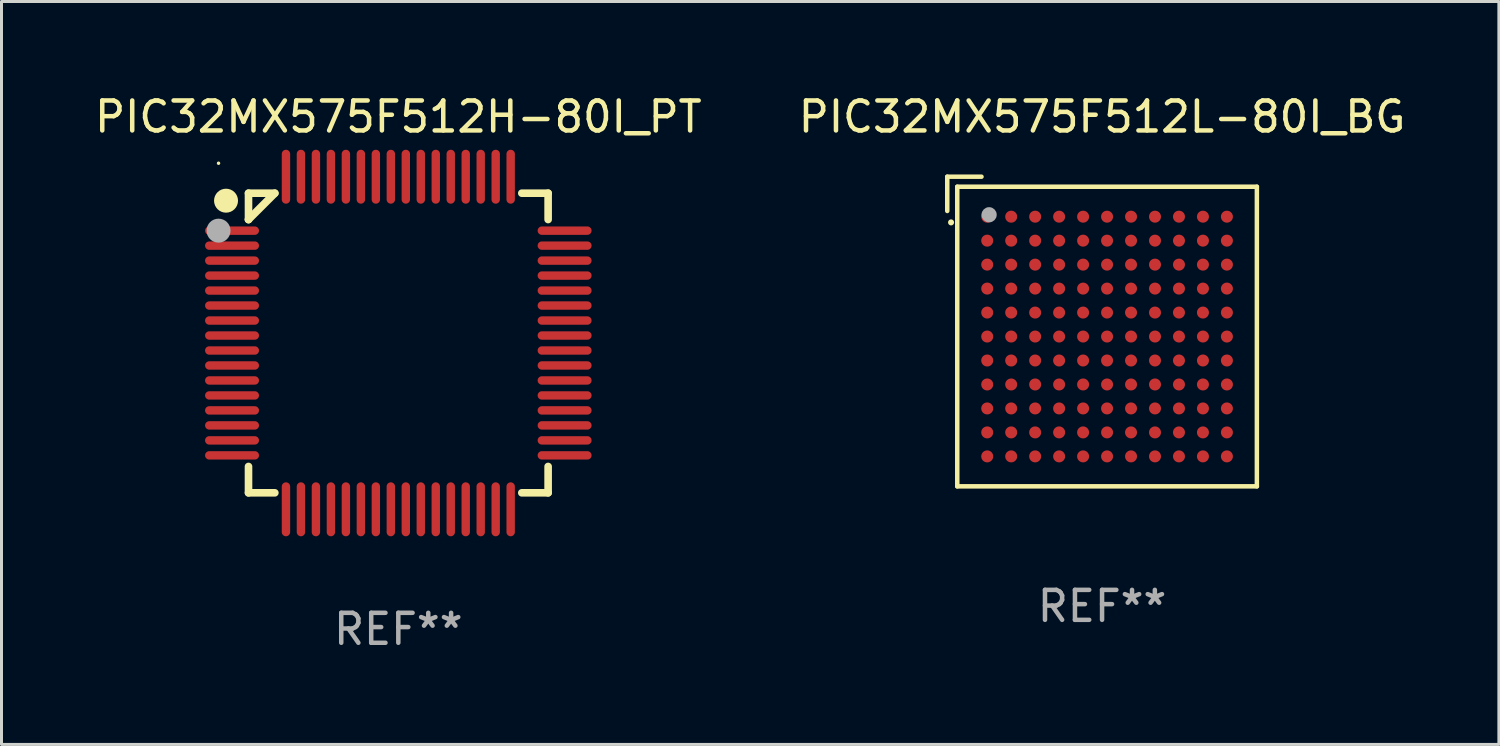
<source format=kicad_pcb>
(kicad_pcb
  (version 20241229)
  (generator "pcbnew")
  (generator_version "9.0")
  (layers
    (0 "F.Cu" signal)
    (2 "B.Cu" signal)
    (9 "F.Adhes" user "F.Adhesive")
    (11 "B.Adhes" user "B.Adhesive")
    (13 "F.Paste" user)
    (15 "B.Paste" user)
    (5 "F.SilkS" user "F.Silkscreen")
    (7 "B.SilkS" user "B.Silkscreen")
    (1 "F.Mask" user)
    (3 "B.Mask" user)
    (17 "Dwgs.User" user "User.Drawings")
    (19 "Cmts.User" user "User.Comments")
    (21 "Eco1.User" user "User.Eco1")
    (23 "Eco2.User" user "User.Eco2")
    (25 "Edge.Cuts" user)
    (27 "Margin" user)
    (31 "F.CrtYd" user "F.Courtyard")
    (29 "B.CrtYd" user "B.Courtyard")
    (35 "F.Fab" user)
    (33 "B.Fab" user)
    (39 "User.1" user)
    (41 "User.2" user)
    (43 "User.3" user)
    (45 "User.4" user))
  (footprint "PIC32MX575F512H-80I_PT"
    (layer "F.Cu")
    (at 10.244 8.398)
    (property "Reference" "PIC32MX575F512H-80I_PT" (at 0 -7.55 0) (layer "F.SilkS") (effects (font (size 1 1) (thickness 0.15))))
    (attr through_hole)
    (fp_line (start -5 -5) (end -4.121 -5) (stroke (width 0.254) (type solid)) (layer "F.SilkS"))
    (fp_line (start -5 -4.121) (end -5 -5) (stroke (width 0.254) (type solid)) (layer "F.SilkS"))
    (fp_line (start -5 -4.121) (end -5 -4.121) (stroke (width 0.254) (type solid)) (layer "F.SilkS"))
    (fp_line (start -5 -4.121) (end -4.121 -5) (stroke (width 0.254) (type solid)) (layer "F.SilkS"))
    (fp_line (start -5 5) (end -5 4.121) (stroke (width 0.254) (type solid)) (layer "F.SilkS"))
    (fp_line (start -4.121 5) (end -5 5) (stroke (width 0.254) (type solid)) (layer "F.SilkS"))
    (fp_line (start 4.121 -5) (end 5 -5) (stroke (width 0.254) (type solid)) (layer "F.SilkS"))
    (fp_line (start 5 -5) (end 5 -4.121) (stroke (width 0.254) (type solid)) (layer "F.SilkS"))
    (fp_line (start 5 4.121) (end 5 5) (stroke (width 0.254) (type solid)) (layer "F.SilkS"))
    (fp_line (start 5 5) (end 4.121 5) (stroke (width 0.254) (type solid)) (layer "F.SilkS"))
    (fp_circle (center -6 -6) (end -5.97 -6) (stroke (width 0.06) (type solid)) (fill no) (layer "F.SilkS"))
    (fp_circle (center -5.75 -4.75) (end -5.55 -4.75) (stroke (width 0.4) (type solid)) (fill no) (layer "F.SilkS"))
    (fp_circle (center -6 -3.75) (end -5.8 -3.75) (stroke (width 0.4) (type solid)) (fill no) (layer "F.Fab"))
    (fp_text user "REF**" (at 0 9.55 0) (layer "F.Fab") (effects (font (size 1 1) (thickness 0.15))))
    (pad "1" smd oval (at -5.55 -3.75 90) (size 0.28 1.8) (layers "F.Cu" "F.Mask" "F.Paste"))
    (pad "2" smd oval (at -5.55 -3.25 90) (size 0.28 1.8) (layers "F.Cu" "F.Mask" "F.Paste"))
    (pad "3" smd oval (at -5.55 -2.75 90) (size 0.28 1.8) (layers "F.Cu" "F.Mask" "F.Paste"))
    (pad "4" smd oval (at -5.55 -2.25 90) (size 0.28 1.8) (layers "F.Cu" "F.Mask" "F.Paste"))
    (pad "5" smd oval (at -5.55 -1.75 90) (size 0.28 1.8) (layers "F.Cu" "F.Mask" "F.Paste"))
    (pad "6" smd oval (at -5.55 -1.25 90) (size 0.28 1.8) (layers "F.Cu" "F.Mask" "F.Paste"))
    (pad "7" smd oval (at -5.55 -0.75 90) (size 0.28 1.8) (layers "F.Cu" "F.Mask" "F.Paste"))
    (pad "8" smd oval (at -5.55 -0.25 90) (size 0.28 1.8) (layers "F.Cu" "F.Mask" "F.Paste"))
    (pad "9" smd oval (at -5.55 0.25 90) (size 0.28 1.8) (layers "F.Cu" "F.Mask" "F.Paste"))
    (pad "10" smd oval (at -5.55 0.75 90) (size 0.28 1.8) (layers "F.Cu" "F.Mask" "F.Paste"))
    (pad "11" smd oval (at -5.55 1.25 90) (size 0.28 1.8) (layers "F.Cu" "F.Mask" "F.Paste"))
    (pad "12" smd oval (at -5.55 1.75 90) (size 0.28 1.8) (layers "F.Cu" "F.Mask" "F.Paste"))
    (pad "13" smd oval (at -5.55 2.25 90) (size 0.28 1.8) (layers "F.Cu" "F.Mask" "F.Paste"))
    (pad "14" smd oval (at -5.55 2.75 90) (size 0.28 1.8) (layers "F.Cu" "F.Mask" "F.Paste"))
    (pad "15" smd oval (at -5.55 3.25 90) (size 0.28 1.8) (layers "F.Cu" "F.Mask" "F.Paste"))
    (pad "16" smd oval (at -5.55 3.75 90) (size 0.28 1.8) (layers "F.Cu" "F.Mask" "F.Paste"))
    (pad "17" smd oval (at -3.75 5.55) (size 0.28 1.8) (layers "F.Cu" "F.Mask" "F.Paste"))
    (pad "18" smd oval (at -3.25 5.55) (size 0.28 1.8) (layers "F.Cu" "F.Mask" "F.Paste"))
    (pad "19" smd oval (at -2.75 5.55) (size 0.28 1.8) (layers "F.Cu" "F.Mask" "F.Paste"))
    (pad "20" smd oval (at -2.25 5.55) (size 0.28 1.8) (layers "F.Cu" "F.Mask" "F.Paste"))
    (pad "21" smd oval (at -1.75 5.55) (size 0.28 1.8) (layers "F.Cu" "F.Mask" "F.Paste"))
    (pad "22" smd oval (at -1.25 5.55) (size 0.28 1.8) (layers "F.Cu" "F.Mask" "F.Paste"))
    (pad "23" smd oval (at -0.75 5.55) (size 0.28 1.8) (layers "F.Cu" "F.Mask" "F.Paste"))
    (pad "24" smd oval (at -0.25 5.55) (size 0.28 1.8) (layers "F.Cu" "F.Mask" "F.Paste"))
    (pad "25" smd oval (at 0.25 5.55) (size 0.28 1.8) (layers "F.Cu" "F.Mask" "F.Paste"))
    (pad "26" smd oval (at 0.75 5.55) (size 0.28 1.8) (layers "F.Cu" "F.Mask" "F.Paste"))
    (pad "27" smd oval (at 1.25 5.55) (size 0.28 1.8) (layers "F.Cu" "F.Mask" "F.Paste"))
    (pad "28" smd oval (at 1.75 5.55) (size 0.28 1.8) (layers "F.Cu" "F.Mask" "F.Paste"))
    (pad "29" smd oval (at 2.25 5.55) (size 0.28 1.8) (layers "F.Cu" "F.Mask" "F.Paste"))
    (pad "30" smd oval (at 2.75 5.55) (size 0.28 1.8) (layers "F.Cu" "F.Mask" "F.Paste"))
    (pad "31" smd oval (at 3.25 5.55) (size 0.28 1.8) (layers "F.Cu" "F.Mask" "F.Paste"))
    (pad "32" smd oval (at 3.75 5.55) (size 0.28 1.8) (layers "F.Cu" "F.Mask" "F.Paste"))
    (pad "33" smd oval (at 5.55 3.75 90) (size 0.28 1.8) (layers "F.Cu" "F.Mask" "F.Paste"))
    (pad "34" smd oval (at 5.55 3.25 90) (size 0.28 1.8) (layers "F.Cu" "F.Mask" "F.Paste"))
    (pad "35" smd oval (at 5.55 2.75 90) (size 0.28 1.8) (layers "F.Cu" "F.Mask" "F.Paste"))
    (pad "36" smd oval (at 5.55 2.25 90) (size 0.28 1.8) (layers "F.Cu" "F.Mask" "F.Paste"))
    (pad "37" smd oval (at 5.55 1.75 90) (size 0.28 1.8) (layers "F.Cu" "F.Mask" "F.Paste"))
    (pad "38" smd oval (at 5.55 1.25 90) (size 0.28 1.8) (layers "F.Cu" "F.Mask" "F.Paste"))
    (pad "39" smd oval (at 5.55 0.75 90) (size 0.28 1.8) (layers "F.Cu" "F.Mask" "F.Paste"))
    (pad "40" smd oval (at 5.55 0.25 90) (size 0.28 1.8) (layers "F.Cu" "F.Mask" "F.Paste"))
    (pad "41" smd oval (at 5.55 -0.25 90) (size 0.28 1.8) (layers "F.Cu" "F.Mask" "F.Paste"))
    (pad "42" smd oval (at 5.55 -0.75 90) (size 0.28 1.8) (layers "F.Cu" "F.Mask" "F.Paste"))
    (pad "43" smd oval (at 5.55 -1.25 90) (size 0.28 1.8) (layers "F.Cu" "F.Mask" "F.Paste"))
    (pad "44" smd oval (at 5.55 -1.75 90) (size 0.28 1.8) (layers "F.Cu" "F.Mask" "F.Paste"))
    (pad "45" smd oval (at 5.55 -2.25 90) (size 0.28 1.8) (layers "F.Cu" "F.Mask" "F.Paste"))
    (pad "46" smd oval (at 5.55 -2.75 90) (size 0.28 1.8) (layers "F.Cu" "F.Mask" "F.Paste"))
    (pad "47" smd oval (at 5.55 -3.25 90) (size 0.28 1.8) (layers "F.Cu" "F.Mask" "F.Paste"))
    (pad "48" smd oval (at 5.55 -3.75 90) (size 0.28 1.8) (layers "F.Cu" "F.Mask" "F.Paste"))
    (pad "49" smd oval (at 3.75 -5.55) (size 0.28 1.8) (layers "F.Cu" "F.Mask" "F.Paste"))
    (pad "50" smd oval (at 3.25 -5.55) (size 0.28 1.8) (layers "F.Cu" "F.Mask" "F.Paste"))
    (pad "51" smd oval (at 2.75 -5.55) (size 0.28 1.8) (layers "F.Cu" "F.Mask" "F.Paste"))
    (pad "52" smd oval (at 2.25 -5.55) (size 0.28 1.8) (layers "F.Cu" "F.Mask" "F.Paste"))
    (pad "53" smd oval (at 1.75 -5.55) (size 0.28 1.8) (layers "F.Cu" "F.Mask" "F.Paste"))
    (pad "54" smd oval (at 1.25 -5.55) (size 0.28 1.8) (layers "F.Cu" "F.Mask" "F.Paste"))
    (pad "55" smd oval (at 0.75 -5.55) (size 0.28 1.8) (layers "F.Cu" "F.Mask" "F.Paste"))
    (pad "56" smd oval (at 0.25 -5.55) (size 0.28 1.8) (layers "F.Cu" "F.Mask" "F.Paste"))
    (pad "57" smd oval (at -0.25 -5.55) (size 0.28 1.8) (layers "F.Cu" "F.Mask" "F.Paste"))
    (pad "58" smd oval (at -0.75 -5.55) (size 0.28 1.8) (layers "F.Cu" "F.Mask" "F.Paste"))
    (pad "59" smd oval (at -1.25 -5.55) (size 0.28 1.8) (layers "F.Cu" "F.Mask" "F.Paste"))
    (pad "60" smd oval (at -1.75 -5.55) (size 0.28 1.8) (layers "F.Cu" "F.Mask" "F.Paste"))
    (pad "61" smd oval (at -2.25 -5.55) (size 0.28 1.8) (layers "F.Cu" "F.Mask" "F.Paste"))
    (pad "62" smd oval (at -2.75 -5.55) (size 0.28 1.8) (layers "F.Cu" "F.Mask" "F.Paste"))
    (pad "63" smd oval (at -3.25 -5.55) (size 0.28 1.8) (layers "F.Cu" "F.Mask" "F.Paste"))
    (pad "64" smd oval (at -3.75 -5.55) (size 0.28 1.8) (layers "F.Cu" "F.Mask" "F.Paste")))
  (footprint "PIC32MX575F512L-80I_BG"
    (layer "F.Cu")
    (at 33.732 8.015)
    (property "Reference" "PIC32MX575F512L-80I_BG" (at 0 -7.167 0) (layer "F.SilkS") (effects (font (size 1 1) (thickness 0.15))))
    (attr through_hole)
    (fp_line (start -5.167 -5.167) (end -5.167 -4.024) (stroke (width 0.15) (type solid)) (layer "F.SilkS"))
    (fp_line (start -4.833 -4.833) (end 5.167 -4.833) (stroke (width 0.15) (type solid)) (layer "F.SilkS"))
    (fp_line (start -4.833 5.167) (end -4.833 -4.833) (stroke (width 0.15) (type solid)) (layer "F.SilkS"))
    (fp_line (start -4.024 -5.167) (end -5.167 -5.167) (stroke (width 0.15) (type solid)) (layer "F.SilkS"))
    (fp_line (start 5.167 -4.833) (end 5.167 5.167) (stroke (width 0.15) (type solid)) (layer "F.SilkS"))
    (fp_line (start 5.167 5.167) (end -4.833 5.167) (stroke (width 0.15) (type solid)) (layer "F.SilkS"))
    (fp_arc (start -5.040005 -3.641732) (mid -5.040007 -3.642367) (end -5.040005 -3.643002) (stroke (width 0.2) (type solid)) (layer "F.SilkS"))
    (fp_circle (center -4.833 -4.833) (end -4.803 -4.833) (stroke (width 0.06) (type solid)) (fill no) (layer "F.SilkS"))
    (fp_circle (center -3.77 -3.897) (end -3.643 -3.897) (stroke (width 0.254) (type solid)) (fill no) (layer "F.Fab"))
    (fp_text user "REF**" (at 0 9.167 0) (layer "F.Fab") (effects (font (size 1 1) (thickness 0.15))))
    (pad "A1" smd circle (at -3.833 -3.833) (size 0.4 0.4) (layers "F.Cu" "F.Mask" "F.Paste"))
    (pad "A2" smd circle (at -3.033 -3.833) (size 0.4 0.4) (layers "F.Cu" "F.Mask" "F.Paste"))
    (pad "A3" smd circle (at -2.233 -3.833) (size 0.4 0.4) (layers "F.Cu" "F.Mask" "F.Paste"))
    (pad "A4" smd circle (at -1.433 -3.833) (size 0.4 0.4) (layers "F.Cu" "F.Mask" "F.Paste"))
    (pad "A5" smd circle (at -0.633 -3.833) (size 0.4 0.4) (layers "F.Cu" "F.Mask" "F.Paste"))
    (pad "A6" smd circle (at 0.167 -3.833) (size 0.4 0.4) (layers "F.Cu" "F.Mask" "F.Paste"))
    (pad "A7" smd circle (at 0.967 -3.833) (size 0.4 0.4) (layers "F.Cu" "F.Mask" "F.Paste"))
    (pad "A8" smd circle (at 1.767 -3.833) (size 0.4 0.4) (layers "F.Cu" "F.Mask" "F.Paste"))
    (pad "A9" smd circle (at 2.567 -3.833) (size 0.4 0.4) (layers "F.Cu" "F.Mask" "F.Paste"))
    (pad "A10" smd circle (at 3.367 -3.833) (size 0.4 0.4) (layers "F.Cu" "F.Mask" "F.Paste"))
    (pad "A11" smd circle (at 4.167 -3.833) (size 0.4 0.4) (layers "F.Cu" "F.Mask" "F.Paste"))
    (pad "B1" smd circle (at -3.833 -3.033) (size 0.4 0.4) (layers "F.Cu" "F.Mask" "F.Paste"))
    (pad "B2" smd circle (at -3.033 -3.033) (size 0.4 0.4) (layers "F.Cu" "F.Mask" "F.Paste"))
    (pad "B3" smd circle (at -2.233 -3.033) (size 0.4 0.4) (layers "F.Cu" "F.Mask" "F.Paste"))
    (pad "B4" smd circle (at -1.433 -3.033) (size 0.4 0.4) (layers "F.Cu" "F.Mask" "F.Paste"))
    (pad "B5" smd circle (at -0.633 -3.033) (size 0.4 0.4) (layers "F.Cu" "F.Mask" "F.Paste"))
    (pad "B6" smd circle (at 0.167 -3.033) (size 0.4 0.4) (layers "F.Cu" "F.Mask" "F.Paste"))
    (pad "B7" smd circle (at 0.967 -3.033) (size 0.4 0.4) (layers "F.Cu" "F.Mask" "F.Paste"))
    (pad "B8" smd circle (at 1.767 -3.033) (size 0.4 0.4) (layers "F.Cu" "F.Mask" "F.Paste"))
    (pad "B9" smd circle (at 2.567 -3.033) (size 0.4 0.4) (layers "F.Cu" "F.Mask" "F.Paste"))
    (pad "B10" smd circle (at 3.367 -3.033) (size 0.4 0.4) (layers "F.Cu" "F.Mask" "F.Paste"))
    (pad "B11" smd circle (at 4.167 -3.033) (size 0.4 0.4) (layers "F.Cu" "F.Mask" "F.Paste"))
    (pad "C1" smd circle (at -3.833 -2.233) (size 0.4 0.4) (layers "F.Cu" "F.Mask" "F.Paste"))
    (pad "C2" smd circle (at -3.033 -2.233) (size 0.4 0.4) (layers "F.Cu" "F.Mask" "F.Paste"))
    (pad "C3" smd circle (at -2.233 -2.233) (size 0.4 0.4) (layers "F.Cu" "F.Mask" "F.Paste"))
    (pad "C4" smd circle (at -1.433 -2.233) (size 0.4 0.4) (layers "F.Cu" "F.Mask" "F.Paste"))
    (pad "C5" smd circle (at -0.633 -2.233) (size 0.4 0.4) (layers "F.Cu" "F.Mask" "F.Paste"))
    (pad "C6" smd circle (at 0.167 -2.233) (size 0.4 0.4) (layers "F.Cu" "F.Mask" "F.Paste"))
    (pad "C7" smd circle (at 0.967 -2.233) (size 0.4 0.4) (layers "F.Cu" "F.Mask" "F.Paste"))
    (pad "C8" smd circle (at 1.767 -2.233) (size 0.4 0.4) (layers "F.Cu" "F.Mask" "F.Paste"))
    (pad "C9" smd circle (at 2.567 -2.233) (size 0.4 0.4) (layers "F.Cu" "F.Mask" "F.Paste"))
    (pad "C10" smd circle (at 3.367 -2.233) (size 0.4 0.4) (layers "F.Cu" "F.Mask" "F.Paste"))
    (pad "C11" smd circle (at 4.167 -2.233) (size 0.4 0.4) (layers "F.Cu" "F.Mask" "F.Paste"))
    (pad "D1" smd circle (at -3.833 -1.433) (size 0.4 0.4) (layers "F.Cu" "F.Mask" "F.Paste"))
    (pad "D2" smd circle (at -3.033 -1.433) (size 0.4 0.4) (layers "F.Cu" "F.Mask" "F.Paste"))
    (pad "D3" smd circle (at -2.233 -1.433) (size 0.4 0.4) (layers "F.Cu" "F.Mask" "F.Paste"))
    (pad "D4" smd circle (at -1.433 -1.433) (size 0.4 0.4) (layers "F.Cu" "F.Mask" "F.Paste"))
    (pad "D5" smd circle (at -0.633 -1.433) (size 0.4 0.4) (layers "F.Cu" "F.Mask" "F.Paste"))
    (pad "D6" smd circle (at 0.167 -1.433) (size 0.4 0.4) (layers "F.Cu" "F.Mask" "F.Paste"))
    (pad "D7" smd circle (at 0.967 -1.433) (size 0.4 0.4) (layers "F.Cu" "F.Mask" "F.Paste"))
    (pad "D8" smd circle (at 1.767 -1.433) (size 0.4 0.4) (layers "F.Cu" "F.Mask" "F.Paste"))
    (pad "D9" smd circle (at 2.567 -1.433) (size 0.4 0.4) (layers "F.Cu" "F.Mask" "F.Paste"))
    (pad "D10" smd circle (at 3.367 -1.433) (size 0.4 0.4) (layers "F.Cu" "F.Mask" "F.Paste"))
    (pad "D11" smd circle (at 4.167 -1.433) (size 0.4 0.4) (layers "F.Cu" "F.Mask" "F.Paste"))
    (pad "E1" smd circle (at -3.833 -0.633) (size 0.4 0.4) (layers "F.Cu" "F.Mask" "F.Paste"))
    (pad "E2" smd circle (at -3.033 -0.633) (size 0.4 0.4) (layers "F.Cu" "F.Mask" "F.Paste"))
    (pad "E3" smd circle (at -2.233 -0.633) (size 0.4 0.4) (layers "F.Cu" "F.Mask" "F.Paste"))
    (pad "E4" smd circle (at -1.433 -0.633) (size 0.4 0.4) (layers "F.Cu" "F.Mask" "F.Paste"))
    (pad "E5" smd circle (at -0.633 -0.633) (size 0.4 0.4) (layers "F.Cu" "F.Mask" "F.Paste"))
    (pad "E6" smd circle (at 0.167 -0.633) (size 0.4 0.4) (layers "F.Cu" "F.Mask" "F.Paste"))
    (pad "E7" smd circle (at 0.967 -0.633) (size 0.4 0.4) (layers "F.Cu" "F.Mask" "F.Paste"))
    (pad "E8" smd circle (at 1.767 -0.633) (size 0.4 0.4) (layers "F.Cu" "F.Mask" "F.Paste"))
    (pad "E9" smd circle (at 2.567 -0.633) (size 0.4 0.4) (layers "F.Cu" "F.Mask" "F.Paste"))
    (pad "E10" smd circle (at 3.367 -0.633) (size 0.4 0.4) (layers "F.Cu" "F.Mask" "F.Paste"))
    (pad "E11" smd circle (at 4.167 -0.633) (size 0.4 0.4) (layers "F.Cu" "F.Mask" "F.Paste"))
    (pad "F1" smd circle (at -3.833 0.167) (size 0.4 0.4) (layers "F.Cu" "F.Mask" "F.Paste"))
    (pad "F2" smd circle (at -3.033 0.167) (size 0.4 0.4) (layers "F.Cu" "F.Mask" "F.Paste"))
    (pad "F3" smd circle (at -2.233 0.167) (size 0.4 0.4) (layers "F.Cu" "F.Mask" "F.Paste"))
    (pad "F4" smd circle (at -1.433 0.167) (size 0.4 0.4) (layers "F.Cu" "F.Mask" "F.Paste"))
    (pad "F5" smd circle (at -0.633 0.167) (size 0.4 0.4) (layers "F.Cu" "F.Mask" "F.Paste"))
    (pad "F6" smd circle (at 0.167 0.167) (size 0.4 0.4) (layers "F.Cu" "F.Mask" "F.Paste"))
    (pad "F7" smd circle (at 0.967 0.167) (size 0.4 0.4) (layers "F.Cu" "F.Mask" "F.Paste"))
    (pad "F8" smd circle (at 1.767 0.167) (size 0.4 0.4) (layers "F.Cu" "F.Mask" "F.Paste"))
    (pad "F9" smd circle (at 2.567 0.167) (size 0.4 0.4) (layers "F.Cu" "F.Mask" "F.Paste"))
    (pad "F10" smd circle (at 3.367 0.167) (size 0.4 0.4) (layers "F.Cu" "F.Mask" "F.Paste"))
    (pad "F11" smd circle (at 4.167 0.167) (size 0.4 0.4) (layers "F.Cu" "F.Mask" "F.Paste"))
    (pad "G1" smd circle (at -3.833 0.967) (size 0.4 0.4) (layers "F.Cu" "F.Mask" "F.Paste"))
    (pad "G2" smd circle (at -3.033 0.967) (size 0.4 0.4) (layers "F.Cu" "F.Mask" "F.Paste"))
    (pad "G3" smd circle (at -2.233 0.967) (size 0.4 0.4) (layers "F.Cu" "F.Mask" "F.Paste"))
    (pad "G4" smd circle (at -1.433 0.967) (size 0.4 0.4) (layers "F.Cu" "F.Mask" "F.Paste"))
    (pad "G5" smd circle (at -0.633 0.967) (size 0.4 0.4) (layers "F.Cu" "F.Mask" "F.Paste"))
    (pad "G6" smd circle (at 0.167 0.967) (size 0.4 0.4) (layers "F.Cu" "F.Mask" "F.Paste"))
    (pad "G7" smd circle (at 0.967 0.967) (size 0.4 0.4) (layers "F.Cu" "F.Mask" "F.Paste"))
    (pad "G8" smd circle (at 1.767 0.967) (size 0.4 0.4) (layers "F.Cu" "F.Mask" "F.Paste"))
    (pad "G9" smd circle (at 2.567 0.967) (size 0.4 0.4) (layers "F.Cu" "F.Mask" "F.Paste"))
    (pad "G10" smd circle (at 3.367 0.967) (size 0.4 0.4) (layers "F.Cu" "F.Mask" "F.Paste"))
    (pad "G11" smd circle (at 4.167 0.967) (size 0.4 0.4) (layers "F.Cu" "F.Mask" "F.Paste"))
    (pad "H1" smd circle (at -3.833 1.767) (size 0.4 0.4) (layers "F.Cu" "F.Mask" "F.Paste"))
    (pad "H2" smd circle (at -3.033 1.767) (size 0.4 0.4) (layers "F.Cu" "F.Mask" "F.Paste"))
    (pad "H3" smd circle (at -2.233 1.767) (size 0.4 0.4) (layers "F.Cu" "F.Mask" "F.Paste"))
    (pad "H4" smd circle (at -1.433 1.767) (size 0.4 0.4) (layers "F.Cu" "F.Mask" "F.Paste"))
    (pad "H5" smd circle (at -0.633 1.767) (size 0.4 0.4) (layers "F.Cu" "F.Mask" "F.Paste"))
    (pad "H6" smd circle (at 0.167 1.767) (size 0.4 0.4) (layers "F.Cu" "F.Mask" "F.Paste"))
    (pad "H7" smd circle (at 0.967 1.767) (size 0.4 0.4) (layers "F.Cu" "F.Mask" "F.Paste"))
    (pad "H8" smd circle (at 1.767 1.767) (size 0.4 0.4) (layers "F.Cu" "F.Mask" "F.Paste"))
    (pad "H9" smd circle (at 2.567 1.767) (size 0.4 0.4) (layers "F.Cu" "F.Mask" "F.Paste"))
    (pad "H10" smd circle (at 3.367 1.767) (size 0.4 0.4) (layers "F.Cu" "F.Mask" "F.Paste"))
    (pad "H11" smd circle (at 4.167 1.767) (size 0.4 0.4) (layers "F.Cu" "F.Mask" "F.Paste"))
    (pad "J1" smd circle (at -3.833 2.567) (size 0.4 0.4) (layers "F.Cu" "F.Mask" "F.Paste"))
    (pad "J2" smd circle (at -3.033 2.567) (size 0.4 0.4) (layers "F.Cu" "F.Mask" "F.Paste"))
    (pad "J3" smd circle (at -2.233 2.567) (size 0.4 0.4) (layers "F.Cu" "F.Mask" "F.Paste"))
    (pad "J4" smd circle (at -1.433 2.567) (size 0.4 0.4) (layers "F.Cu" "F.Mask" "F.Paste"))
    (pad "J5" smd circle (at -0.633 2.567) (size 0.4 0.4) (layers "F.Cu" "F.Mask" "F.Paste"))
    (pad "J6" smd circle (at 0.167 2.567) (size 0.4 0.4) (layers "F.Cu" "F.Mask" "F.Paste"))
    (pad "J7" smd circle (at 0.967 2.567) (size 0.4 0.4) (layers "F.Cu" "F.Mask" "F.Paste"))
    (pad "J8" smd circle (at 1.767 2.567) (size 0.4 0.4) (layers "F.Cu" "F.Mask" "F.Paste"))
    (pad "J9" smd circle (at 2.567 2.567) (size 0.4 0.4) (layers "F.Cu" "F.Mask" "F.Paste"))
    (pad "J10" smd circle (at 3.367 2.567) (size 0.4 0.4) (layers "F.Cu" "F.Mask" "F.Paste"))
    (pad "J11" smd circle (at 4.167 2.567) (size 0.4 0.4) (layers "F.Cu" "F.Mask" "F.Paste"))
    (pad "K1" smd circle (at -3.833 3.367) (size 0.4 0.4) (layers "F.Cu" "F.Mask" "F.Paste"))
    (pad "K2" smd circle (at -3.033 3.367) (size 0.4 0.4) (layers "F.Cu" "F.Mask" "F.Paste"))
    (pad "K3" smd circle (at -2.233 3.367) (size 0.4 0.4) (layers "F.Cu" "F.Mask" "F.Paste"))
    (pad "K4" smd circle (at -1.433 3.367) (size 0.4 0.4) (layers "F.Cu" "F.Mask" "F.Paste"))
    (pad "K5" smd circle (at -0.633 3.367) (size 0.4 0.4) (layers "F.Cu" "F.Mask" "F.Paste"))
    (pad "K6" smd circle (at 0.167 3.367) (size 0.4 0.4) (layers "F.Cu" "F.Mask" "F.Paste"))
    (pad "K7" smd circle (at 0.967 3.367) (size 0.4 0.4) (layers "F.Cu" "F.Mask" "F.Paste"))
    (pad "K8" smd circle (at 1.767 3.367) (size 0.4 0.4) (layers "F.Cu" "F.Mask" "F.Paste"))
    (pad "K9" smd circle (at 2.567 3.367) (size 0.4 0.4) (layers "F.Cu" "F.Mask" "F.Paste"))
    (pad "K10" smd circle (at 3.367 3.367) (size 0.4 0.4) (layers "F.Cu" "F.Mask" "F.Paste"))
    (pad "K11" smd circle (at 4.167 3.367) (size 0.4 0.4) (layers "F.Cu" "F.Mask" "F.Paste"))
    (pad "L1" smd circle (at -3.833 4.167) (size 0.4 0.4) (layers "F.Cu" "F.Mask" "F.Paste"))
    (pad "L2" smd circle (at -3.033 4.167) (size 0.4 0.4) (layers "F.Cu" "F.Mask" "F.Paste"))
    (pad "L3" smd circle (at -2.233 4.167) (size 0.4 0.4) (layers "F.Cu" "F.Mask" "F.Paste"))
    (pad "L4" smd circle (at -1.433 4.167) (size 0.4 0.4) (layers "F.Cu" "F.Mask" "F.Paste"))
    (pad "L5" smd circle (at -0.633 4.167) (size 0.4 0.4) (layers "F.Cu" "F.Mask" "F.Paste"))
    (pad "L6" smd circle (at 0.167 4.167) (size 0.4 0.4) (layers "F.Cu" "F.Mask" "F.Paste"))
    (pad "L7" smd circle (at 0.967 4.167) (size 0.4 0.4) (layers "F.Cu" "F.Mask" "F.Paste"))
    (pad "L8" smd circle (at 1.767 4.167) (size 0.4 0.4) (layers "F.Cu" "F.Mask" "F.Paste"))
    (pad "L9" smd circle (at 2.567 4.167) (size 0.4 0.4) (layers "F.Cu" "F.Mask" "F.Paste"))
    (pad "L10" smd circle (at 3.367 4.167) (size 0.4 0.4) (layers "F.Cu" "F.Mask" "F.Paste"))
    (pad "L11" smd circle (at 4.167 4.167) (size 0.4 0.4) (layers "F.Cu" "F.Mask" "F.Paste")))
  (gr_rect
    (start -3 -3)
    (end 46.976 21.796)
    (stroke (width 0.1) (type default))
    (fill no)
    (layer "Edge.Cuts")))
</source>
